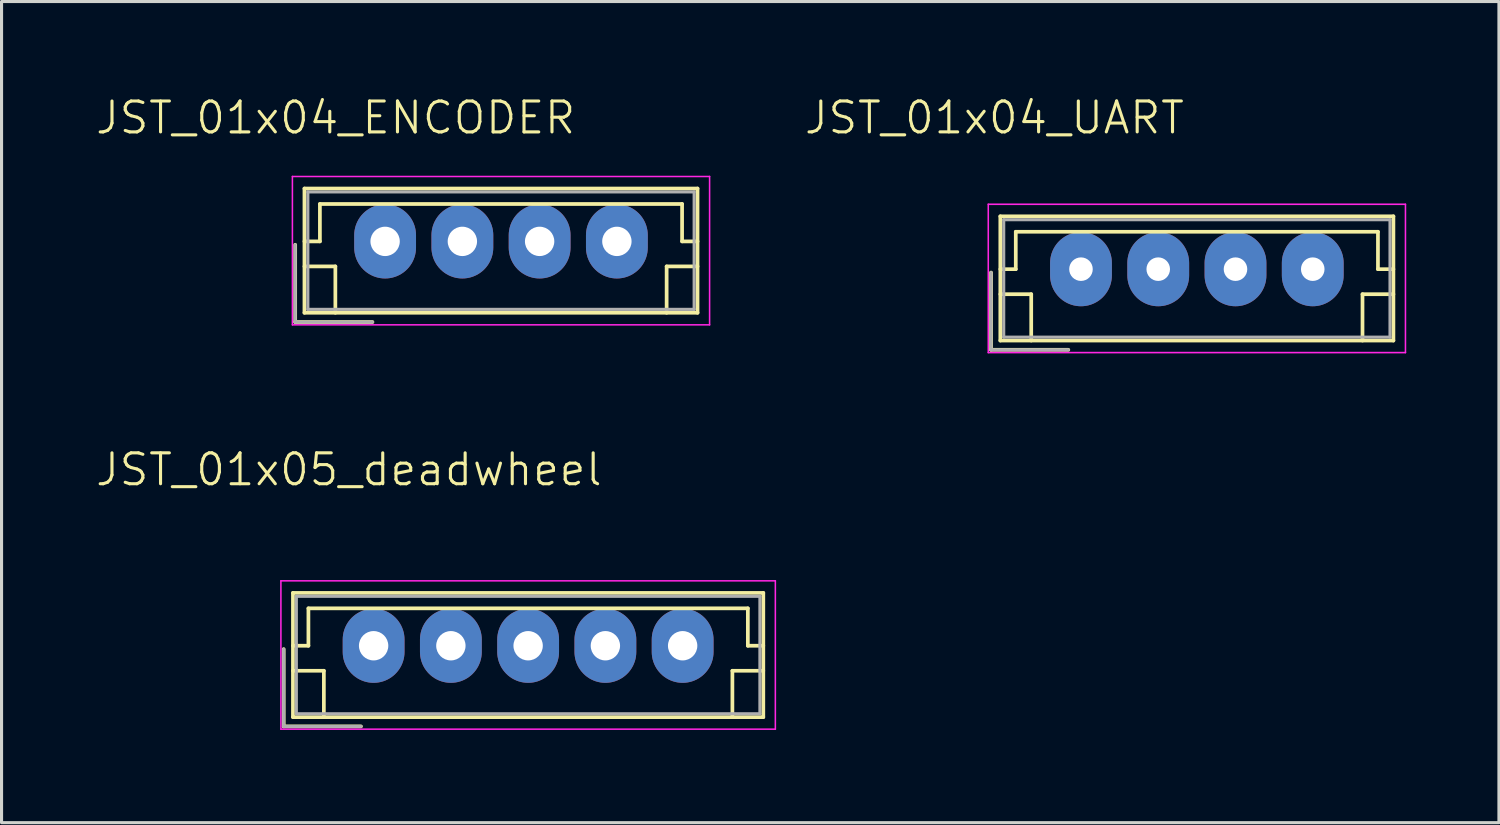
<source format=kicad_pcb>
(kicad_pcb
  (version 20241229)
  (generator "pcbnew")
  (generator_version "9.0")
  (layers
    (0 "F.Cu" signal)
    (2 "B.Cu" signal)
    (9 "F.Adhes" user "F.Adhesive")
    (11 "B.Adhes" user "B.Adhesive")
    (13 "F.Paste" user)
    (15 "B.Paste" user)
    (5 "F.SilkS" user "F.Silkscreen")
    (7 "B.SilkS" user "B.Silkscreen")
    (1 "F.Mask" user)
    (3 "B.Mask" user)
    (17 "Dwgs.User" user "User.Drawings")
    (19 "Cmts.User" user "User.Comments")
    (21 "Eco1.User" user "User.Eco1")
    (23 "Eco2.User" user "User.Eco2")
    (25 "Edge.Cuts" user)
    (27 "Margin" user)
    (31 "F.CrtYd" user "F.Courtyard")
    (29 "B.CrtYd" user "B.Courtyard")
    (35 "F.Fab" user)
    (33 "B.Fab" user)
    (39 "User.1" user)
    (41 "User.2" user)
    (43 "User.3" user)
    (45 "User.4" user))
  (footprint "JST_01x04_UART"
    (layer "F.Cu")
    (at 31.93 5.66)
    (property "Reference" "JST_01x04_UART" (at -2.8 -4.9 0) (unlocked yes) (layer "F.SilkS") (effects (font (size 1 1) (thickness 0.1))))
    (attr through_hole)
    (fp_line (start -2.91 0.11) (end -2.91 2.61) (stroke (width 0.12) (type solid)) (layer "F.SilkS"))
    (fp_line (start -2.91 2.61) (end -0.41 2.61) (stroke (width 0.12) (type solid)) (layer "F.SilkS"))
    (fp_line (start -2.61 -1.71) (end -2.61 2.31) (stroke (width 0.12) (type solid)) (layer "F.SilkS"))
    (fp_line (start -2.61 0) (end -2.11 0) (stroke (width 0.12) (type solid)) (layer "F.SilkS"))
    (fp_line (start -2.61 0.81) (end -1.61 0.81) (stroke (width 0.12) (type solid)) (layer "F.SilkS"))
    (fp_line (start -2.61 2.31) (end 10.11 2.31) (stroke (width 0.12) (type solid)) (layer "F.SilkS"))
    (fp_line (start -2.11 -1.21) (end 9.61 -1.21) (stroke (width 0.12) (type solid)) (layer "F.SilkS"))
    (fp_line (start -2.11 0) (end -2.11 -1.21) (stroke (width 0.12) (type solid)) (layer "F.SilkS"))
    (fp_line (start -1.61 0.81) (end -1.61 2.31) (stroke (width 0.12) (type solid)) (layer "F.SilkS"))
    (fp_line (start 9.11 0.81) (end 9.11 2.31) (stroke (width 0.12) (type solid)) (layer "F.SilkS"))
    (fp_line (start 9.61 -1.21) (end 9.61 0) (stroke (width 0.12) (type solid)) (layer "F.SilkS"))
    (fp_line (start 9.61 0) (end 10.11 0) (stroke (width 0.12) (type solid)) (layer "F.SilkS"))
    (fp_line (start 10.11 -1.71) (end -2.61 -1.71) (stroke (width 0.12) (type solid)) (layer "F.SilkS"))
    (fp_line (start 10.11 0.81) (end 9.11 0.81) (stroke (width 0.12) (type solid)) (layer "F.SilkS"))
    (fp_line (start 10.11 2.31) (end 10.11 -1.71) (stroke (width 0.12) (type solid)) (layer "F.SilkS"))
    (fp_line (start -3 -2.1) (end -3 2.7) (stroke (width 0.05) (type solid)) (layer "F.CrtYd"))
    (fp_line (start -3 2.7) (end 10.5 2.7) (stroke (width 0.05) (type solid)) (layer "F.CrtYd"))
    (fp_line (start 10.5 -2.1) (end -3 -2.1) (stroke (width 0.05) (type solid)) (layer "F.CrtYd"))
    (fp_line (start 10.5 2.7) (end 10.5 -2.1) (stroke (width 0.05) (type solid)) (layer "F.CrtYd"))
    (fp_line (start -2.91 0.11) (end -2.91 2.61) (stroke (width 0.1) (type solid)) (layer "F.Fab"))
    (fp_line (start -2.91 2.61) (end -0.41 2.61) (stroke (width 0.1) (type solid)) (layer "F.Fab"))
    (fp_line (start -2.5 -1.6) (end -2.5 2.2) (stroke (width 0.1) (type solid)) (layer "F.Fab"))
    (fp_line (start -2.5 2.2) (end 10 2.2) (stroke (width 0.1) (type solid)) (layer "F.Fab"))
    (fp_line (start 10 -1.6) (end -2.5 -1.6) (stroke (width 0.1) (type solid)) (layer "F.Fab"))
    (fp_line (start 10 2.2) (end 10 -1.6) (stroke (width 0.1) (type solid)) (layer "F.Fab"))
    (pad "+5V" thru_hole oval (at 0 0) (size 2 2.4) (drill 0.762) (layers "*.Cu" "*.Mask"))
    (pad "GND" thru_hole oval (at 2.5 0) (size 2 2.4) (drill 0.762) (layers "*.Cu" "*.Mask"))
    (pad "RX" thru_hole oval (at 5 0) (size 2 2.4) (drill 0.762) (layers "*.Cu" "*.Mask"))
    (pad "TX" thru_hole oval (at 7.5 0) (size 2 2.4) (drill 0.762) (layers "*.Cu" "*.Mask")))
  (footprint "JST_01x04_ENCODER"
    (layer "F.Cu")
    (at 9.412 4.761)
    (property "Reference" "JST_01x04_ENCODER" (at -1.6 -4 0) (unlocked yes) (layer "F.SilkS") (effects (font (size 1 1) (thickness 0.1))))
    (attr through_hole)
    (fp_line (start -2.91 0.11) (end -2.91 2.61) (stroke (width 0.12) (type solid)) (layer "F.SilkS"))
    (fp_line (start -2.91 2.61) (end -0.41 2.61) (stroke (width 0.12) (type solid)) (layer "F.SilkS"))
    (fp_line (start -2.61 -1.71) (end -2.61 2.31) (stroke (width 0.12) (type solid)) (layer "F.SilkS"))
    (fp_line (start -2.61 0) (end -2.11 0) (stroke (width 0.12) (type solid)) (layer "F.SilkS"))
    (fp_line (start -2.61 0.81) (end -1.61 0.81) (stroke (width 0.12) (type solid)) (layer "F.SilkS"))
    (fp_line (start -2.61 2.31) (end 10.11 2.31) (stroke (width 0.12) (type solid)) (layer "F.SilkS"))
    (fp_line (start -2.11 -1.21) (end 9.61 -1.21) (stroke (width 0.12) (type solid)) (layer "F.SilkS"))
    (fp_line (start -2.11 0) (end -2.11 -1.21) (stroke (width 0.12) (type solid)) (layer "F.SilkS"))
    (fp_line (start -1.61 0.81) (end -1.61 2.31) (stroke (width 0.12) (type solid)) (layer "F.SilkS"))
    (fp_line (start 9.11 0.81) (end 9.11 2.31) (stroke (width 0.12) (type solid)) (layer "F.SilkS"))
    (fp_line (start 9.61 -1.21) (end 9.61 0) (stroke (width 0.12) (type solid)) (layer "F.SilkS"))
    (fp_line (start 9.61 0) (end 10.11 0) (stroke (width 0.12) (type solid)) (layer "F.SilkS"))
    (fp_line (start 10.11 -1.71) (end -2.61 -1.71) (stroke (width 0.12) (type solid)) (layer "F.SilkS"))
    (fp_line (start 10.11 0.81) (end 9.11 0.81) (stroke (width 0.12) (type solid)) (layer "F.SilkS"))
    (fp_line (start 10.11 2.31) (end 10.11 -1.71) (stroke (width 0.12) (type solid)) (layer "F.SilkS"))
    (fp_line (start -3 -2.1) (end -3 2.7) (stroke (width 0.05) (type solid)) (layer "F.CrtYd"))
    (fp_line (start -3 2.7) (end 10.5 2.7) (stroke (width 0.05) (type solid)) (layer "F.CrtYd"))
    (fp_line (start 10.5 -2.1) (end -3 -2.1) (stroke (width 0.05) (type solid)) (layer "F.CrtYd"))
    (fp_line (start 10.5 2.7) (end 10.5 -2.1) (stroke (width 0.05) (type solid)) (layer "F.CrtYd"))
    (fp_line (start -2.91 0.11) (end -2.91 2.61) (stroke (width 0.1) (type solid)) (layer "F.Fab"))
    (fp_line (start -2.91 2.61) (end -0.41 2.61) (stroke (width 0.1) (type solid)) (layer "F.Fab"))
    (fp_line (start -2.5 -1.6) (end -2.5 2.2) (stroke (width 0.1) (type solid)) (layer "F.Fab"))
    (fp_line (start -2.5 2.2) (end 10 2.2) (stroke (width 0.1) (type solid)) (layer "F.Fab"))
    (fp_line (start 10 -1.6) (end -2.5 -1.6) (stroke (width 0.1) (type solid)) (layer "F.Fab"))
    (fp_line (start 10 2.2) (end 10 -1.6) (stroke (width 0.1) (type solid)) (layer "F.Fab"))
    (pad "+5V" thru_hole oval (at 0 0) (size 2 2.4) (drill 0.95) (layers "*.Cu" "*.Mask"))
    (pad "C1" thru_hole oval (at 5 0) (size 2 2.4) (drill 0.95) (layers "*.Cu" "*.Mask"))
    (pad "C2" thru_hole oval (at 7.5 0) (size 2 2.4) (drill 0.95) (layers "*.Cu" "*.Mask"))
    (pad "GND" thru_hole oval (at 2.5 0) (size 2 2.4) (drill 0.95) (layers "*.Cu" "*.Mask")))
  (footprint "JST_01x05_deadwheel"
    (layer "F.Cu")
    (at 9.04 17.846)
    (property "Reference" "JST_01x05_deadwheel" (at -0.8 -5.7 0) (unlocked yes) (layer "F.SilkS") (effects (font (size 1 1) (thickness 0.1))))
    (attr through_hole)
    (fp_line (start -2.91 0.11) (end -2.91 2.61) (stroke (width 0.12) (type solid)) (layer "F.SilkS"))
    (fp_line (start -2.91 2.61) (end -0.41 2.61) (stroke (width 0.12) (type solid)) (layer "F.SilkS"))
    (fp_line (start -2.61 -1.71) (end -2.61 2.31) (stroke (width 0.12) (type solid)) (layer "F.SilkS"))
    (fp_line (start -2.61 0) (end -2.11 0) (stroke (width 0.12) (type solid)) (layer "F.SilkS"))
    (fp_line (start -2.61 0.81) (end -1.61 0.81) (stroke (width 0.12) (type solid)) (layer "F.SilkS"))
    (fp_line (start -2.61 2.31) (end 12.61 2.31) (stroke (width 0.12) (type solid)) (layer "F.SilkS"))
    (fp_line (start -2.11 -1.21) (end 12.11 -1.21) (stroke (width 0.12) (type solid)) (layer "F.SilkS"))
    (fp_line (start -2.11 0) (end -2.11 -1.21) (stroke (width 0.12) (type solid)) (layer "F.SilkS"))
    (fp_line (start -1.61 0.81) (end -1.61 2.31) (stroke (width 0.12) (type solid)) (layer "F.SilkS"))
    (fp_line (start 11.61 0.81) (end 11.61 2.31) (stroke (width 0.12) (type solid)) (layer "F.SilkS"))
    (fp_line (start 12.11 -1.21) (end 12.11 0) (stroke (width 0.12) (type solid)) (layer "F.SilkS"))
    (fp_line (start 12.11 0) (end 12.61 0) (stroke (width 0.12) (type solid)) (layer "F.SilkS"))
    (fp_line (start 12.61 -1.71) (end -2.61 -1.71) (stroke (width 0.12) (type solid)) (layer "F.SilkS"))
    (fp_line (start 12.61 0.81) (end 11.61 0.81) (stroke (width 0.12) (type solid)) (layer "F.SilkS"))
    (fp_line (start 12.61 2.31) (end 12.61 -1.71) (stroke (width 0.12) (type solid)) (layer "F.SilkS"))
    (fp_line (start -3 -2.1) (end -3 2.7) (stroke (width 0.05) (type solid)) (layer "F.CrtYd"))
    (fp_line (start -3 2.7) (end 13 2.7) (stroke (width 0.05) (type solid)) (layer "F.CrtYd"))
    (fp_line (start 13 -2.1) (end -3 -2.1) (stroke (width 0.05) (type solid)) (layer "F.CrtYd"))
    (fp_line (start 13 2.7) (end 13 -2.1) (stroke (width 0.05) (type solid)) (layer "F.CrtYd"))
    (fp_line (start -2.91 0.11) (end -2.91 2.61) (stroke (width 0.1) (type solid)) (layer "F.Fab"))
    (fp_line (start -2.91 2.61) (end -0.41 2.61) (stroke (width 0.1) (type solid)) (layer "F.Fab"))
    (fp_line (start -2.5 -1.6) (end -2.5 2.2) (stroke (width 0.1) (type solid)) (layer "F.Fab"))
    (fp_line (start -2.5 2.2) (end 12.5 2.2) (stroke (width 0.1) (type solid)) (layer "F.Fab"))
    (fp_line (start 12.5 -1.6) (end -2.5 -1.6) (stroke (width 0.1) (type solid)) (layer "F.Fab"))
    (fp_line (start 12.5 2.2) (end 12.5 -1.6) (stroke (width 0.1) (type solid)) (layer "F.Fab"))
    (pad "+5V" thru_hole oval (at 0 0) (size 2 2.4) (drill 0.95) (layers "*.Cu" "*.Mask"))
    (pad "C1" thru_hole oval (at 5 0) (size 2 2.4) (drill 0.95) (layers "*.Cu" "*.Mask"))
    (pad "C2" thru_hole oval (at 7.5 0) (size 2 2.4) (drill 0.95) (layers "*.Cu" "*.Mask"))
    (pad "GND" thru_hole oval (at 2.5 0) (size 2 2.4) (drill 0.95) (layers "*.Cu" "*.Mask"))
    (pad "INT" thru_hole oval (at 10 0) (size 2 2.4) (drill 0.95) (layers "*.Cu" "*.Mask")))
  (gr_rect
    (start -3 -3)
    (end 45.455 23.571)
    (stroke (width 0.1) (type default))
    (fill no)
    (layer "Edge.Cuts")))
</source>
